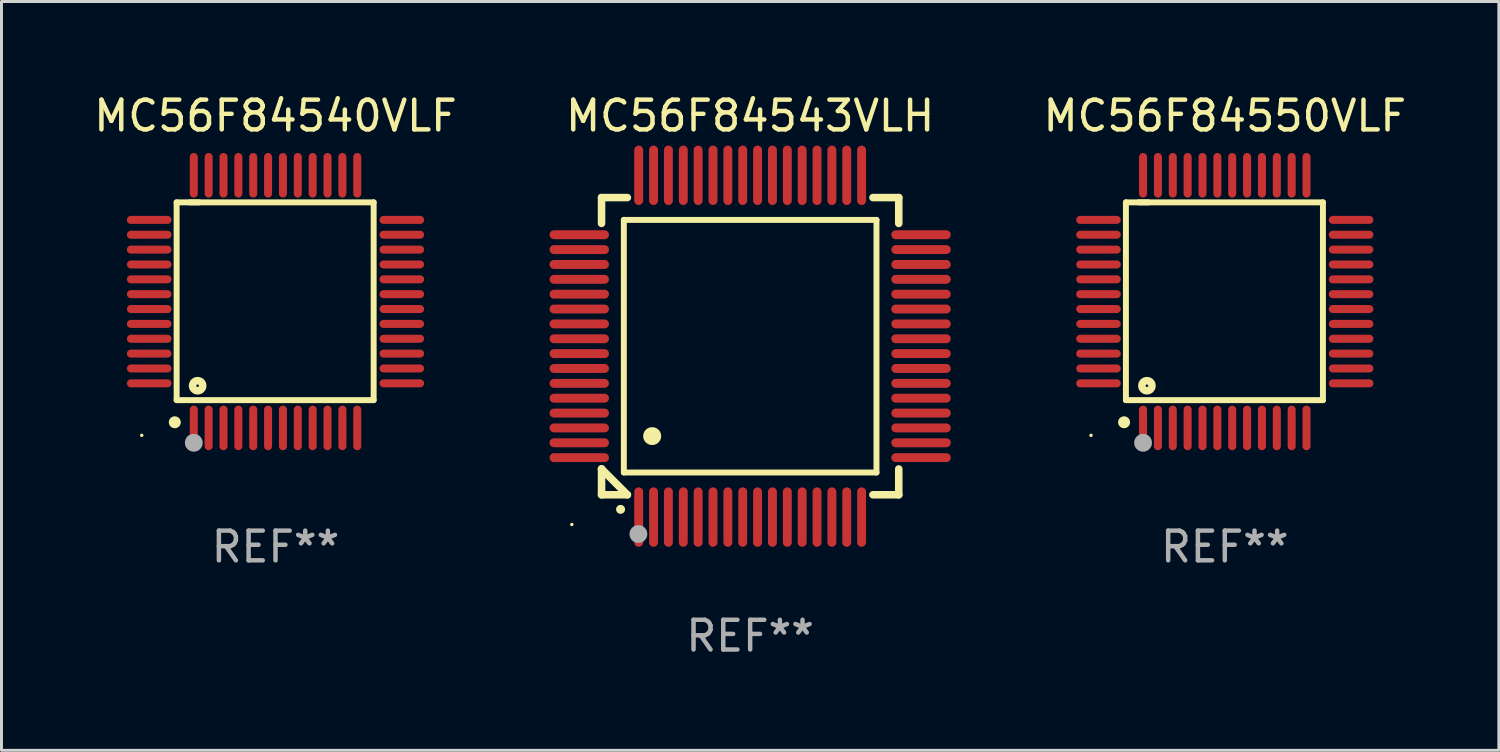
<source format=kicad_pcb>
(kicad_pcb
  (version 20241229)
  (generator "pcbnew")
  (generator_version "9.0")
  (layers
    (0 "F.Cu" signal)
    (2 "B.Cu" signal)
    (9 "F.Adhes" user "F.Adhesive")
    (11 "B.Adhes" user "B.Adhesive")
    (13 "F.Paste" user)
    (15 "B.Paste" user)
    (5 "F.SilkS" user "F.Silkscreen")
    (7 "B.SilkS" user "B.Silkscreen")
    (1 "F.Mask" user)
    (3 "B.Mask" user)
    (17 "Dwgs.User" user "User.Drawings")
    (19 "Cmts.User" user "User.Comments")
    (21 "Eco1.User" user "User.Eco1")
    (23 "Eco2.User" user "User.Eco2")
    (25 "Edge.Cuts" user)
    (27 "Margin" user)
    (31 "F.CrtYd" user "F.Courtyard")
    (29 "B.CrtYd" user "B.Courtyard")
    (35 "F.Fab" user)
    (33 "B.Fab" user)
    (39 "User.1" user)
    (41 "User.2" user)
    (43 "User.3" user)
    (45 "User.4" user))
  (footprint "MC56F84543VLH"
    (layer "F.Cu")
    (at 22.19 8.598)
    (property "Reference" "MC56F84543VLH" (at 0 -7.75 0) (layer "F.SilkS") (effects (font (size 1 1) (thickness 0.15))))
    (attr through_hole)
    (fp_line (start -5 -5) (end -4.131 -5) (stroke (width 0.254) (type solid)) (layer "F.SilkS"))
    (fp_line (start -5 -4.131) (end -5 -5) (stroke (width 0.254) (type solid)) (layer "F.SilkS"))
    (fp_line (start -5 4.131) (end -5 4.131) (stroke (width 0.254) (type solid)) (layer "F.SilkS"))
    (fp_line (start -5 5) (end -5 4.131) (stroke (width 0.254) (type solid)) (layer "F.SilkS"))
    (fp_line (start -5 4.131) (end -4.131 5) (stroke (width 0.254) (type solid)) (layer "F.SilkS"))
    (fp_line (start -4.25 -4.25) (end -4.25 4.25) (stroke (width 0.2) (type solid)) (layer "F.SilkS"))
    (fp_line (start -4.25 4.25) (end 4.25 4.25) (stroke (width 0.2) (type solid)) (layer "F.SilkS"))
    (fp_line (start -4.131 5) (end -5 5) (stroke (width 0.254) (type solid)) (layer "F.SilkS"))
    (fp_line (start 4.25 -4.25) (end -4.25 -4.25) (stroke (width 0.2) (type solid)) (layer "F.SilkS"))
    (fp_line (start 4.25 4.25) (end 4.25 -4.25) (stroke (width 0.2) (type solid)) (layer "F.SilkS"))
    (fp_line (start 5 -5) (end 4.131 -5) (stroke (width 0.254) (type solid)) (layer "F.SilkS"))
    (fp_line (start 5 -5) (end 5 -4.131) (stroke (width 0.254) (type solid)) (layer "F.SilkS"))
    (fp_line (start 5 4.131) (end 5 5) (stroke (width 0.254) (type solid)) (layer "F.SilkS"))
    (fp_line (start 5 5) (end 4.131 5) (stroke (width 0.254) (type solid)) (layer "F.SilkS"))
    (fp_arc (start -4.361265 5.489992) (mid -4.359995 5.489987) (end -4.358725 5.489992) (stroke (width 0.3) (type solid)) (layer "F.SilkS"))
    (fp_arc (start -3.299467 3.025146) (mid -3.296927 3.025135) (end -3.294387 3.025146) (stroke (width 0.6) (type solid)) (layer "F.SilkS"))
    (fp_circle (center -6 6) (end -5.97 6) (stroke (width 0.06) (type solid)) (fill no) (layer "F.SilkS"))
    (fp_circle (center -3.76 6.32) (end -3.61 6.32) (stroke (width 0.3) (type solid)) (fill no) (layer "F.Fab"))
    (fp_text user "REF**" (at 0 9.75 0) (layer "F.Fab") (effects (font (size 1 1) (thickness 0.15))))
    (pad "1" smd oval (at -3.75 5.75) (size 0.3 2) (layers "F.Cu" "F.Mask" "F.Paste"))
    (pad "2" smd oval (at -3.25 5.75) (size 0.3 2) (layers "F.Cu" "F.Mask" "F.Paste"))
    (pad "3" smd oval (at -2.75 5.75) (size 0.3 2) (layers "F.Cu" "F.Mask" "F.Paste"))
    (pad "4" smd oval (at -2.25 5.75) (size 0.3 2) (layers "F.Cu" "F.Mask" "F.Paste"))
    (pad "5" smd oval (at -1.75 5.75) (size 0.3 2) (layers "F.Cu" "F.Mask" "F.Paste"))
    (pad "6" smd oval (at -1.25 5.75) (size 0.3 2) (layers "F.Cu" "F.Mask" "F.Paste"))
    (pad "7" smd oval (at -0.75 5.75) (size 0.3 2) (layers "F.Cu" "F.Mask" "F.Paste"))
    (pad "8" smd oval (at -0.25 5.75) (size 0.3 2) (layers "F.Cu" "F.Mask" "F.Paste"))
    (pad "9" smd oval (at 0.25 5.75) (size 0.3 2) (layers "F.Cu" "F.Mask" "F.Paste"))
    (pad "10" smd oval (at 0.75 5.75) (size 0.3 2) (layers "F.Cu" "F.Mask" "F.Paste"))
    (pad "11" smd oval (at 1.25 5.75) (size 0.3 2) (layers "F.Cu" "F.Mask" "F.Paste"))
    (pad "12" smd oval (at 1.75 5.75) (size 0.3 2) (layers "F.Cu" "F.Mask" "F.Paste"))
    (pad "13" smd oval (at 2.25 5.75) (size 0.3 2) (layers "F.Cu" "F.Mask" "F.Paste"))
    (pad "14" smd oval (at 2.75 5.75) (size 0.3 2) (layers "F.Cu" "F.Mask" "F.Paste"))
    (pad "15" smd oval (at 3.25 5.75) (size 0.3 2) (layers "F.Cu" "F.Mask" "F.Paste"))
    (pad "16" smd oval (at 3.75 5.75) (size 0.3 2) (layers "F.Cu" "F.Mask" "F.Paste"))
    (pad "17" smd oval (at 5.75 3.75) (size 2 0.3) (layers "F.Cu" "F.Mask" "F.Paste"))
    (pad "18" smd oval (at 5.75 3.25) (size 2 0.3) (layers "F.Cu" "F.Mask" "F.Paste"))
    (pad "19" smd oval (at 5.75 2.75) (size 2 0.3) (layers "F.Cu" "F.Mask" "F.Paste"))
    (pad "20" smd oval (at 5.75 2.25) (size 2 0.3) (layers "F.Cu" "F.Mask" "F.Paste"))
    (pad "21" smd oval (at 5.75 1.75) (size 2 0.3) (layers "F.Cu" "F.Mask" "F.Paste"))
    (pad "22" smd oval (at 5.75 1.25) (size 2 0.3) (layers "F.Cu" "F.Mask" "F.Paste"))
    (pad "23" smd oval (at 5.75 0.75) (size 2 0.3) (layers "F.Cu" "F.Mask" "F.Paste"))
    (pad "24" smd oval (at 5.75 0.25) (size 2 0.3) (layers "F.Cu" "F.Mask" "F.Paste"))
    (pad "25" smd oval (at 5.75 -0.25) (size 2 0.3) (layers "F.Cu" "F.Mask" "F.Paste"))
    (pad "26" smd oval (at 5.75 -0.75) (size 2 0.3) (layers "F.Cu" "F.Mask" "F.Paste"))
    (pad "27" smd oval (at 5.75 -1.25) (size 2 0.3) (layers "F.Cu" "F.Mask" "F.Paste"))
    (pad "28" smd oval (at 5.75 -1.75) (size 2 0.3) (layers "F.Cu" "F.Mask" "F.Paste"))
    (pad "29" smd oval (at 5.75 -2.25) (size 2 0.3) (layers "F.Cu" "F.Mask" "F.Paste"))
    (pad "30" smd oval (at 5.75 -2.75) (size 2 0.3) (layers "F.Cu" "F.Mask" "F.Paste"))
    (pad "31" smd oval (at 5.75 -3.25) (size 2 0.3) (layers "F.Cu" "F.Mask" "F.Paste"))
    (pad "32" smd oval (at 5.75 -3.75) (size 2 0.3) (layers "F.Cu" "F.Mask" "F.Paste"))
    (pad "33" smd oval (at 3.75 -5.75) (size 0.3 2) (layers "F.Cu" "F.Mask" "F.Paste"))
    (pad "34" smd oval (at 3.25 -5.75) (size 0.3 2) (layers "F.Cu" "F.Mask" "F.Paste"))
    (pad "35" smd oval (at 2.75 -5.75) (size 0.3 2) (layers "F.Cu" "F.Mask" "F.Paste"))
    (pad "36" smd oval (at 2.25 -5.75) (size 0.3 2) (layers "F.Cu" "F.Mask" "F.Paste"))
    (pad "37" smd oval (at 1.75 -5.75) (size 0.3 2) (layers "F.Cu" "F.Mask" "F.Paste"))
    (pad "38" smd oval (at 1.25 -5.75) (size 0.3 2) (layers "F.Cu" "F.Mask" "F.Paste"))
    (pad "39" smd oval (at 0.75 -5.75) (size 0.3 2) (layers "F.Cu" "F.Mask" "F.Paste"))
    (pad "40" smd oval (at 0.25 -5.75) (size 0.3 2) (layers "F.Cu" "F.Mask" "F.Paste"))
    (pad "41" smd oval (at -0.25 -5.75) (size 0.3 2) (layers "F.Cu" "F.Mask" "F.Paste"))
    (pad "42" smd oval (at -0.75 -5.75) (size 0.3 2) (layers "F.Cu" "F.Mask" "F.Paste"))
    (pad "43" smd oval (at -1.25 -5.75) (size 0.3 2) (layers "F.Cu" "F.Mask" "F.Paste"))
    (pad "44" smd oval (at -1.75 -5.75) (size 0.3 2) (layers "F.Cu" "F.Mask" "F.Paste"))
    (pad "45" smd oval (at -2.25 -5.75) (size 0.3 2) (layers "F.Cu" "F.Mask" "F.Paste"))
    (pad "46" smd oval (at -2.75 -5.75) (size 0.3 2) (layers "F.Cu" "F.Mask" "F.Paste"))
    (pad "47" smd oval (at -3.25 -5.75) (size 0.3 2) (layers "F.Cu" "F.Mask" "F.Paste"))
    (pad "48" smd oval (at -3.75 -5.75) (size 0.3 2) (layers "F.Cu" "F.Mask" "F.Paste"))
    (pad "49" smd oval (at -5.75 -3.75) (size 2 0.3) (layers "F.Cu" "F.Mask" "F.Paste"))
    (pad "50" smd oval (at -5.75 -3.25) (size 2 0.3) (layers "F.Cu" "F.Mask" "F.Paste"))
    (pad "51" smd oval (at -5.75 -2.75) (size 2 0.3) (layers "F.Cu" "F.Mask" "F.Paste"))
    (pad "52" smd oval (at -5.75 -2.25) (size 2 0.3) (layers "F.Cu" "F.Mask" "F.Paste"))
    (pad "53" smd oval (at -5.75 -1.75) (size 2 0.3) (layers "F.Cu" "F.Mask" "F.Paste"))
    (pad "54" smd oval (at -5.75 -1.25) (size 2 0.3) (layers "F.Cu" "F.Mask" "F.Paste"))
    (pad "55" smd oval (at -5.75 -0.75) (size 2 0.3) (layers "F.Cu" "F.Mask" "F.Paste"))
    (pad "56" smd oval (at -5.75 -0.25) (size 2 0.3) (layers "F.Cu" "F.Mask" "F.Paste"))
    (pad "57" smd oval (at -5.75 0.25) (size 2 0.3) (layers "F.Cu" "F.Mask" "F.Paste"))
    (pad "58" smd oval (at -5.75 0.75) (size 2 0.3) (layers "F.Cu" "F.Mask" "F.Paste"))
    (pad "59" smd oval (at -5.75 1.25) (size 2 0.3) (layers "F.Cu" "F.Mask" "F.Paste"))
    (pad "60" smd oval (at -5.75 1.75) (size 2 0.3) (layers "F.Cu" "F.Mask" "F.Paste"))
    (pad "61" smd oval (at -5.75 2.25) (size 2 0.3) (layers "F.Cu" "F.Mask" "F.Paste"))
    (pad "62" smd oval (at -5.75 2.75) (size 2 0.3) (layers "F.Cu" "F.Mask" "F.Paste"))
    (pad "63" smd oval (at -5.75 3.25) (size 2 0.3) (layers "F.Cu" "F.Mask" "F.Paste"))
    (pad "64" smd oval (at -5.75 3.75) (size 2 0.3) (layers "F.Cu" "F.Mask" "F.Paste")))
  (footprint "MC56F84540VLF"
    (layer "F.Cu")
    (at 6.22 7.098)
    (property "Reference" "MC56F84540VLF" (at 0 -6.25 0) (layer "F.SilkS") (effects (font (size 1 1) (thickness 0.15))))
    (attr through_hole)
    (fp_line (start -3.327 -3.34) (end -2.565 -3.34) (stroke (width 0.2) (type solid)) (layer "F.SilkS"))
    (fp_line (start -3.327 3.315) (end -3.327 -3.34) (stroke (width 0.2) (type solid)) (layer "F.SilkS"))
    (fp_line (start -2.896 -3.34) (end 3.302 -3.34) (stroke (width 0.2) (type solid)) (layer "F.SilkS"))
    (fp_line (start 3.302 -3.34) (end 3.302 3.315) (stroke (width 0.2) (type solid)) (layer "F.SilkS"))
    (fp_line (start 3.302 3.315) (end -3.327 3.315) (stroke (width 0.2) (type solid)) (layer "F.SilkS"))
    (fp_arc (start -3.389992 4.059995) (mid -3.388722 4.059991) (end -3.387452 4.059995) (stroke (width 0.4) (type solid)) (layer "F.SilkS"))
    (fp_circle (center -4.5 4.5) (end -4.47 4.5) (stroke (width 0.06) (type solid)) (fill no) (layer "F.SilkS"))
    (fp_circle (center -2.62 2.83) (end -2.45 2.83) (stroke (width 0.254) (type solid)) (fill no) (layer "F.SilkS"))
    (fp_circle (center -2.75 4.75) (end -2.6 4.75) (stroke (width 0.3) (type solid)) (fill no) (layer "F.Fab"))
    (fp_text user "REF**" (at 0 8.25 0) (layer "F.Fab") (effects (font (size 1 1) (thickness 0.15))))
    (pad "1" smd oval (at -2.75 4.25) (size 0.27 1.5) (layers "F.Cu" "F.Mask" "F.Paste"))
    (pad "2" smd oval (at -2.25 4.25) (size 0.27 1.5) (layers "F.Cu" "F.Mask" "F.Paste"))
    (pad "3" smd oval (at -1.75 4.25) (size 0.27 1.5) (layers "F.Cu" "F.Mask" "F.Paste"))
    (pad "4" smd oval (at -1.25 4.25) (size 0.27 1.5) (layers "F.Cu" "F.Mask" "F.Paste"))
    (pad "5" smd oval (at -0.75 4.25) (size 0.27 1.5) (layers "F.Cu" "F.Mask" "F.Paste"))
    (pad "6" smd oval (at -0.25 4.25) (size 0.27 1.5) (layers "F.Cu" "F.Mask" "F.Paste"))
    (pad "7" smd oval (at 0.25 4.25) (size 0.27 1.5) (layers "F.Cu" "F.Mask" "F.Paste"))
    (pad "8" smd oval (at 0.75 4.25) (size 0.27 1.5) (layers "F.Cu" "F.Mask" "F.Paste"))
    (pad "9" smd oval (at 1.25 4.25) (size 0.27 1.5) (layers "F.Cu" "F.Mask" "F.Paste"))
    (pad "10" smd oval (at 1.75 4.25) (size 0.27 1.5) (layers "F.Cu" "F.Mask" "F.Paste"))
    (pad "11" smd oval (at 2.25 4.25) (size 0.27 1.5) (layers "F.Cu" "F.Mask" "F.Paste"))
    (pad "12" smd oval (at 2.75 4.25) (size 0.27 1.5) (layers "F.Cu" "F.Mask" "F.Paste"))
    (pad "13" smd oval (at 4.25 2.75) (size 1.5 0.27) (layers "F.Cu" "F.Mask" "F.Paste"))
    (pad "14" smd oval (at 4.25 2.25) (size 1.5 0.27) (layers "F.Cu" "F.Mask" "F.Paste"))
    (pad "15" smd oval (at 4.25 1.75) (size 1.5 0.27) (layers "F.Cu" "F.Mask" "F.Paste"))
    (pad "16" smd oval (at 4.25 1.25) (size 1.5 0.27) (layers "F.Cu" "F.Mask" "F.Paste"))
    (pad "17" smd oval (at 4.25 0.75) (size 1.5 0.27) (layers "F.Cu" "F.Mask" "F.Paste"))
    (pad "18" smd oval (at 4.25 0.25) (size 1.5 0.27) (layers "F.Cu" "F.Mask" "F.Paste"))
    (pad "19" smd oval (at 4.25 -0.25) (size 1.5 0.27) (layers "F.Cu" "F.Mask" "F.Paste"))
    (pad "20" smd oval (at 4.25 -0.75) (size 1.5 0.27) (layers "F.Cu" "F.Mask" "F.Paste"))
    (pad "21" smd oval (at 4.25 -1.25) (size 1.5 0.27) (layers "F.Cu" "F.Mask" "F.Paste"))
    (pad "22" smd oval (at 4.25 -1.75) (size 1.5 0.27) (layers "F.Cu" "F.Mask" "F.Paste"))
    (pad "23" smd oval (at 4.25 -2.25) (size 1.5 0.27) (layers "F.Cu" "F.Mask" "F.Paste"))
    (pad "24" smd oval (at 4.25 -2.75) (size 1.5 0.27) (layers "F.Cu" "F.Mask" "F.Paste"))
    (pad "25" smd oval (at 2.75 -4.25) (size 0.27 1.5) (layers "F.Cu" "F.Mask" "F.Paste"))
    (pad "26" smd oval (at 2.25 -4.25) (size 0.27 1.5) (layers "F.Cu" "F.Mask" "F.Paste"))
    (pad "27" smd oval (at 1.75 -4.25) (size 0.27 1.5) (layers "F.Cu" "F.Mask" "F.Paste"))
    (pad "28" smd oval (at 1.25 -4.25) (size 0.27 1.5) (layers "F.Cu" "F.Mask" "F.Paste"))
    (pad "29" smd oval (at 0.75 -4.25) (size 0.27 1.5) (layers "F.Cu" "F.Mask" "F.Paste"))
    (pad "30" smd oval (at 0.25 -4.25) (size 0.27 1.5) (layers "F.Cu" "F.Mask" "F.Paste"))
    (pad "31" smd oval (at -0.25 -4.25) (size 0.27 1.5) (layers "F.Cu" "F.Mask" "F.Paste"))
    (pad "32" smd oval (at -0.75 -4.25) (size 0.27 1.5) (layers "F.Cu" "F.Mask" "F.Paste"))
    (pad "33" smd oval (at -1.25 -4.25) (size 0.27 1.5) (layers "F.Cu" "F.Mask" "F.Paste"))
    (pad "34" smd oval (at -1.75 -4.25) (size 0.27 1.5) (layers "F.Cu" "F.Mask" "F.Paste"))
    (pad "35" smd oval (at -2.25 -4.25) (size 0.27 1.5) (layers "F.Cu" "F.Mask" "F.Paste"))
    (pad "36" smd oval (at -2.75 -4.25) (size 0.27 1.5) (layers "F.Cu" "F.Mask" "F.Paste"))
    (pad "37" smd oval (at -4.25 -2.75) (size 1.5 0.27) (layers "F.Cu" "F.Mask" "F.Paste"))
    (pad "38" smd oval (at -4.25 -2.25) (size 1.5 0.27) (layers "F.Cu" "F.Mask" "F.Paste"))
    (pad "39" smd oval (at -4.25 -1.75) (size 1.5 0.27) (layers "F.Cu" "F.Mask" "F.Paste"))
    (pad "40" smd oval (at -4.25 -1.25) (size 1.5 0.27) (layers "F.Cu" "F.Mask" "F.Paste"))
    (pad "41" smd oval (at -4.25 -0.75) (size 1.5 0.27) (layers "F.Cu" "F.Mask" "F.Paste"))
    (pad "42" smd oval (at -4.25 -0.25) (size 1.5 0.27) (layers "F.Cu" "F.Mask" "F.Paste"))
    (pad "43" smd oval (at -4.25 0.25) (size 1.5 0.27) (layers "F.Cu" "F.Mask" "F.Paste"))
    (pad "44" smd oval (at -4.25 0.75) (size 1.5 0.27) (layers "F.Cu" "F.Mask" "F.Paste"))
    (pad "45" smd oval (at -4.25 1.25) (size 1.5 0.27) (layers "F.Cu" "F.Mask" "F.Paste"))
    (pad "46" smd oval (at -4.25 1.75) (size 1.5 0.27) (layers "F.Cu" "F.Mask" "F.Paste"))
    (pad "47" smd oval (at -4.25 2.25) (size 1.5 0.27) (layers "F.Cu" "F.Mask" "F.Paste"))
    (pad "48" smd oval (at -4.25 2.75) (size 1.5 0.27) (layers "F.Cu" "F.Mask" "F.Paste")))
  (footprint "MC56F84550VLF"
    (layer "F.Cu")
    (at 38.16 7.098)
    (property "Reference" "MC56F84550VLF" (at 0 -6.25 0) (layer "F.SilkS") (effects (font (size 1 1) (thickness 0.15))))
    (attr through_hole)
    (fp_line (start -3.327 -3.34) (end -2.565 -3.34) (stroke (width 0.2) (type solid)) (layer "F.SilkS"))
    (fp_line (start -3.327 3.315) (end -3.327 -3.34) (stroke (width 0.2) (type solid)) (layer "F.SilkS"))
    (fp_line (start -2.896 -3.34) (end 3.302 -3.34) (stroke (width 0.2) (type solid)) (layer "F.SilkS"))
    (fp_line (start 3.302 -3.34) (end 3.302 3.315) (stroke (width 0.2) (type solid)) (layer "F.SilkS"))
    (fp_line (start 3.302 3.315) (end -3.327 3.315) (stroke (width 0.2) (type solid)) (layer "F.SilkS"))
    (fp_arc (start -3.389992 4.059995) (mid -3.388722 4.059991) (end -3.387452 4.059995) (stroke (width 0.4) (type solid)) (layer "F.SilkS"))
    (fp_circle (center -4.5 4.5) (end -4.47 4.5) (stroke (width 0.06) (type solid)) (fill no) (layer "F.SilkS"))
    (fp_circle (center -2.62 2.83) (end -2.45 2.83) (stroke (width 0.254) (type solid)) (fill no) (layer "F.SilkS"))
    (fp_circle (center -2.75 4.75) (end -2.6 4.75) (stroke (width 0.3) (type solid)) (fill no) (layer "F.Fab"))
    (fp_text user "REF**" (at 0 8.25 0) (layer "F.Fab") (effects (font (size 1 1) (thickness 0.15))))
    (pad "1" smd oval (at -2.75 4.25) (size 0.27 1.5) (layers "F.Cu" "F.Mask" "F.Paste"))
    (pad "2" smd oval (at -2.25 4.25) (size 0.27 1.5) (layers "F.Cu" "F.Mask" "F.Paste"))
    (pad "3" smd oval (at -1.75 4.25) (size 0.27 1.5) (layers "F.Cu" "F.Mask" "F.Paste"))
    (pad "4" smd oval (at -1.25 4.25) (size 0.27 1.5) (layers "F.Cu" "F.Mask" "F.Paste"))
    (pad "5" smd oval (at -0.75 4.25) (size 0.27 1.5) (layers "F.Cu" "F.Mask" "F.Paste"))
    (pad "6" smd oval (at -0.25 4.25) (size 0.27 1.5) (layers "F.Cu" "F.Mask" "F.Paste"))
    (pad "7" smd oval (at 0.25 4.25) (size 0.27 1.5) (layers "F.Cu" "F.Mask" "F.Paste"))
    (pad "8" smd oval (at 0.75 4.25) (size 0.27 1.5) (layers "F.Cu" "F.Mask" "F.Paste"))
    (pad "9" smd oval (at 1.25 4.25) (size 0.27 1.5) (layers "F.Cu" "F.Mask" "F.Paste"))
    (pad "10" smd oval (at 1.75 4.25) (size 0.27 1.5) (layers "F.Cu" "F.Mask" "F.Paste"))
    (pad "11" smd oval (at 2.25 4.25) (size 0.27 1.5) (layers "F.Cu" "F.Mask" "F.Paste"))
    (pad "12" smd oval (at 2.75 4.25) (size 0.27 1.5) (layers "F.Cu" "F.Mask" "F.Paste"))
    (pad "13" smd oval (at 4.25 2.75) (size 1.5 0.27) (layers "F.Cu" "F.Mask" "F.Paste"))
    (pad "14" smd oval (at 4.25 2.25) (size 1.5 0.27) (layers "F.Cu" "F.Mask" "F.Paste"))
    (pad "15" smd oval (at 4.25 1.75) (size 1.5 0.27) (layers "F.Cu" "F.Mask" "F.Paste"))
    (pad "16" smd oval (at 4.25 1.25) (size 1.5 0.27) (layers "F.Cu" "F.Mask" "F.Paste"))
    (pad "17" smd oval (at 4.25 0.75) (size 1.5 0.27) (layers "F.Cu" "F.Mask" "F.Paste"))
    (pad "18" smd oval (at 4.25 0.25) (size 1.5 0.27) (layers "F.Cu" "F.Mask" "F.Paste"))
    (pad "19" smd oval (at 4.25 -0.25) (size 1.5 0.27) (layers "F.Cu" "F.Mask" "F.Paste"))
    (pad "20" smd oval (at 4.25 -0.75) (size 1.5 0.27) (layers "F.Cu" "F.Mask" "F.Paste"))
    (pad "21" smd oval (at 4.25 -1.25) (size 1.5 0.27) (layers "F.Cu" "F.Mask" "F.Paste"))
    (pad "22" smd oval (at 4.25 -1.75) (size 1.5 0.27) (layers "F.Cu" "F.Mask" "F.Paste"))
    (pad "23" smd oval (at 4.25 -2.25) (size 1.5 0.27) (layers "F.Cu" "F.Mask" "F.Paste"))
    (pad "24" smd oval (at 4.25 -2.75) (size 1.5 0.27) (layers "F.Cu" "F.Mask" "F.Paste"))
    (pad "25" smd oval (at 2.75 -4.25) (size 0.27 1.5) (layers "F.Cu" "F.Mask" "F.Paste"))
    (pad "26" smd oval (at 2.25 -4.25) (size 0.27 1.5) (layers "F.Cu" "F.Mask" "F.Paste"))
    (pad "27" smd oval (at 1.75 -4.25) (size 0.27 1.5) (layers "F.Cu" "F.Mask" "F.Paste"))
    (pad "28" smd oval (at 1.25 -4.25) (size 0.27 1.5) (layers "F.Cu" "F.Mask" "F.Paste"))
    (pad "29" smd oval (at 0.75 -4.25) (size 0.27 1.5) (layers "F.Cu" "F.Mask" "F.Paste"))
    (pad "30" smd oval (at 0.25 -4.25) (size 0.27 1.5) (layers "F.Cu" "F.Mask" "F.Paste"))
    (pad "31" smd oval (at -0.25 -4.25) (size 0.27 1.5) (layers "F.Cu" "F.Mask" "F.Paste"))
    (pad "32" smd oval (at -0.75 -4.25) (size 0.27 1.5) (layers "F.Cu" "F.Mask" "F.Paste"))
    (pad "33" smd oval (at -1.25 -4.25) (size 0.27 1.5) (layers "F.Cu" "F.Mask" "F.Paste"))
    (pad "34" smd oval (at -1.75 -4.25) (size 0.27 1.5) (layers "F.Cu" "F.Mask" "F.Paste"))
    (pad "35" smd oval (at -2.25 -4.25) (size 0.27 1.5) (layers "F.Cu" "F.Mask" "F.Paste"))
    (pad "36" smd oval (at -2.75 -4.25) (size 0.27 1.5) (layers "F.Cu" "F.Mask" "F.Paste"))
    (pad "37" smd oval (at -4.25 -2.75) (size 1.5 0.27) (layers "F.Cu" "F.Mask" "F.Paste"))
    (pad "38" smd oval (at -4.25 -2.25) (size 1.5 0.27) (layers "F.Cu" "F.Mask" "F.Paste"))
    (pad "39" smd oval (at -4.25 -1.75) (size 1.5 0.27) (layers "F.Cu" "F.Mask" "F.Paste"))
    (pad "40" smd oval (at -4.25 -1.25) (size 1.5 0.27) (layers "F.Cu" "F.Mask" "F.Paste"))
    (pad "41" smd oval (at -4.25 -0.75) (size 1.5 0.27) (layers "F.Cu" "F.Mask" "F.Paste"))
    (pad "42" smd oval (at -4.25 -0.25) (size 1.5 0.27) (layers "F.Cu" "F.Mask" "F.Paste"))
    (pad "43" smd oval (at -4.25 0.25) (size 1.5 0.27) (layers "F.Cu" "F.Mask" "F.Paste"))
    (pad "44" smd oval (at -4.25 0.75) (size 1.5 0.27) (layers "F.Cu" "F.Mask" "F.Paste"))
    (pad "45" smd oval (at -4.25 1.25) (size 1.5 0.27) (layers "F.Cu" "F.Mask" "F.Paste"))
    (pad "46" smd oval (at -4.25 1.75) (size 1.5 0.27) (layers "F.Cu" "F.Mask" "F.Paste"))
    (pad "47" smd oval (at -4.25 2.25) (size 1.5 0.27) (layers "F.Cu" "F.Mask" "F.Paste"))
    (pad "48" smd oval (at -4.25 2.75) (size 1.5 0.27) (layers "F.Cu" "F.Mask" "F.Paste")))
  (gr_rect
    (start -3 -3)
    (end 47.381 22.196)
    (stroke (width 0.1) (type default))
    (fill no)
    (layer "Edge.Cuts")))
</source>
